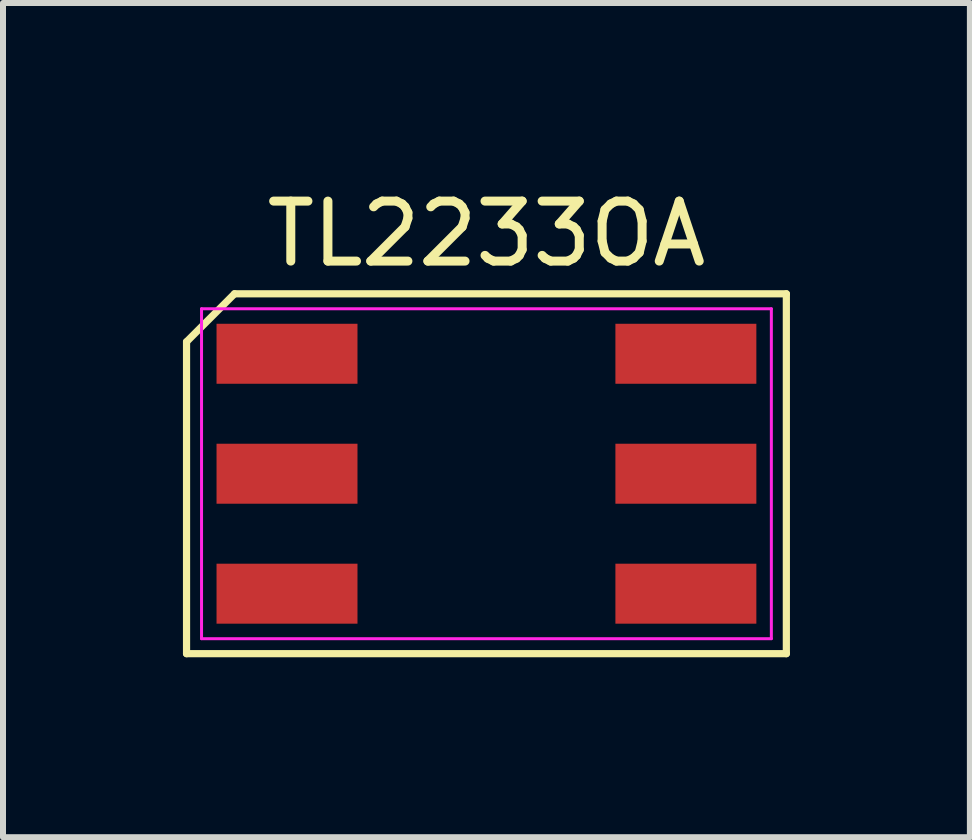
<source format=kicad_pcb>
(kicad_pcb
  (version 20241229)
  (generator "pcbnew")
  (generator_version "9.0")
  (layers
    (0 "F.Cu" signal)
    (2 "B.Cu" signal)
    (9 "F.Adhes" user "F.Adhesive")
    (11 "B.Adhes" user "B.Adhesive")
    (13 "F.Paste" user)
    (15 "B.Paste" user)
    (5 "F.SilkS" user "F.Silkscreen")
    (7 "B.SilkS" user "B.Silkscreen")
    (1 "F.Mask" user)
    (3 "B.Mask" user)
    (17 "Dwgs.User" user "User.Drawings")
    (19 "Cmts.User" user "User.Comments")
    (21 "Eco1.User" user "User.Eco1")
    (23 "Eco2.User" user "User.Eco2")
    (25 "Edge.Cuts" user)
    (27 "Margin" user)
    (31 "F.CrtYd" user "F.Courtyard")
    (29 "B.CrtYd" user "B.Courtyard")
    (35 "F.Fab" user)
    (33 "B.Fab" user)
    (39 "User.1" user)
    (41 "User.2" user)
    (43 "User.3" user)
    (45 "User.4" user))
  (footprint "TL2233OA"
    (layer "F.Cu")
    (at 5.03 4.838)
    (property "Reference" "TL2233OA" (at 0.03 -3.99 0) (layer "F.SilkS") (effects (font (size 1 1) (thickness 0.15))))
    (attr smd)
    (fp_line (start -4.97 -2.19) (end -4.17 -2.99) (stroke (width 0.12) (type solid)) (layer "F.SilkS"))
    (fp_line (start -4.97 3.01) (end -4.97 -2.19) (stroke (width 0.12) (type solid)) (layer "F.SilkS"))
    (fp_line (start -4.17 -2.99) (end 5.03 -2.99) (stroke (width 0.12) (type solid)) (layer "F.SilkS"))
    (fp_line (start 5.03 -2.99) (end 5.03 3.01) (stroke (width 0.12) (type solid)) (layer "F.SilkS"))
    (fp_line (start 5.03 3.01) (end -4.97 3.01) (stroke (width 0.12) (type solid)) (layer "F.SilkS"))
    (fp_line (start -4.72 -2.74) (end 4.78 -2.74) (stroke (width 0.05) (type solid)) (layer "F.CrtYd"))
    (fp_line (start -4.72 2.76) (end -4.72 -2.74) (stroke (width 0.05) (type solid)) (layer "F.CrtYd"))
    (fp_line (start 4.78 -2.74) (end 4.78 2.76) (stroke (width 0.05) (type solid)) (layer "F.CrtYd"))
    (fp_line (start 4.78 2.76) (end -4.72 2.76) (stroke (width 0.05) (type solid)) (layer "F.CrtYd"))
    (pad "1" smd rect (at -3.295 -1.99 270) (size 1 2.35) (layers "F.Cu" "F.Mask" "F.Paste"))
    (pad "2" smd rect (at -3.295 0.01 270) (size 1 2.35) (layers "F.Cu" "F.Mask" "F.Paste"))
    (pad "3" smd rect (at -3.295 2.01 270) (size 1 2.35) (layers "F.Cu" "F.Mask" "F.Paste"))
    (pad "4" smd rect (at 3.355 -1.99 270) (size 1 2.35) (layers "F.Cu" "F.Mask" "F.Paste"))
    (pad "5" smd rect (at 3.355 0.01 270) (size 1 2.35) (layers "F.Cu" "F.Mask" "F.Paste"))
    (pad "6" smd rect (at 3.355 2.01 270) (size 1 2.35) (layers "F.Cu" "F.Mask" "F.Paste")))
  (gr_rect
    (start -3 -3)
    (end 13.12 10.908)
    (stroke (width 0.1) (type default))
    (fill no)
    (layer "Edge.Cuts")))
</source>
